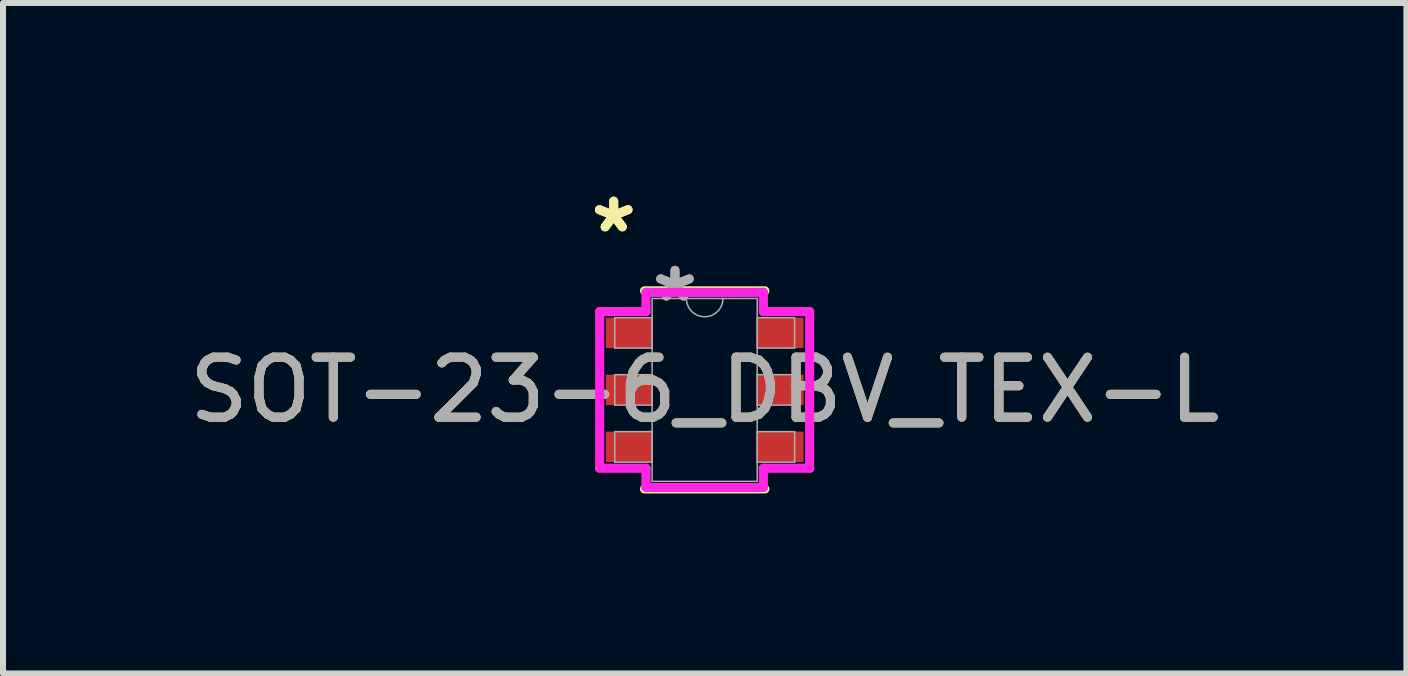
<source format=kicad_pcb>
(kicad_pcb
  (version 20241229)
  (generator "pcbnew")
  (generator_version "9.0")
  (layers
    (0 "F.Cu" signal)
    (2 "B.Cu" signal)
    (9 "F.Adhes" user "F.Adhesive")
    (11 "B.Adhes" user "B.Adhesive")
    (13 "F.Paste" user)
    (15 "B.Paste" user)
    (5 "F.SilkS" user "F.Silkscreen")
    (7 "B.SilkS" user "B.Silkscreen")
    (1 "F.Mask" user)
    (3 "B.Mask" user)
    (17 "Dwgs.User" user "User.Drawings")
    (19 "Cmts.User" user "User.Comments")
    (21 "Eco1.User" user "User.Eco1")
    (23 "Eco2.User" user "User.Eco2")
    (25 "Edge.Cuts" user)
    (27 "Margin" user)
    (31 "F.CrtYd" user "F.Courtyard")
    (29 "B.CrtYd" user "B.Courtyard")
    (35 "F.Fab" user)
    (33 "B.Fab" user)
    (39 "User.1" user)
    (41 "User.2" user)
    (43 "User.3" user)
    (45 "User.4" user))
  (footprint "SOT-23-6_DBV_TEX-L"
    (layer "F.Cu")
    (at 8.696 3.449)
    (property "Reference" "SOT-23-6_DBV_TEX-L" (at 0 0 0) (unlocked yes) (layer "F.SilkS") (effects (font (size 1 1) (thickness 0.15))))
    (attr smd)
    (fp_line (start -1.003 1.651) (end 1.003 1.651) (stroke (width 0.152) (type solid)) (layer "F.SilkS"))
    (fp_line (start 1.003 -1.651) (end -1.003 -1.651) (stroke (width 0.152) (type solid)) (layer "F.SilkS"))
    (fp_line (start -1.75 -1.306) (end -0.978 -1.306) (stroke (width 0.152) (type solid)) (layer "F.CrtYd"))
    (fp_line (start -1.75 1.306) (end -1.75 -1.306) (stroke (width 0.152) (type solid)) (layer "F.CrtYd"))
    (fp_line (start -1.75 1.306) (end -0.978 1.306) (stroke (width 0.152) (type solid)) (layer "F.CrtYd"))
    (fp_line (start -0.978 -1.626) (end 0.978 -1.626) (stroke (width 0.152) (type solid)) (layer "F.CrtYd"))
    (fp_line (start -0.978 -1.306) (end -0.978 -1.626) (stroke (width 0.152) (type solid)) (layer "F.CrtYd"))
    (fp_line (start -0.978 1.626) (end -0.978 1.306) (stroke (width 0.152) (type solid)) (layer "F.CrtYd"))
    (fp_line (start 0.978 -1.626) (end 0.978 -1.306) (stroke (width 0.152) (type solid)) (layer "F.CrtYd"))
    (fp_line (start 0.978 1.306) (end 0.978 1.626) (stroke (width 0.152) (type solid)) (layer "F.CrtYd"))
    (fp_line (start 0.978 1.626) (end -0.978 1.626) (stroke (width 0.152) (type solid)) (layer "F.CrtYd"))
    (fp_line (start 1.75 -1.306) (end 0.978 -1.306) (stroke (width 0.152) (type solid)) (layer "F.CrtYd"))
    (fp_line (start 1.75 -1.306) (end 1.75 1.306) (stroke (width 0.152) (type solid)) (layer "F.CrtYd"))
    (fp_line (start 1.75 1.306) (end 0.978 1.306) (stroke (width 0.152) (type solid)) (layer "F.CrtYd"))
    (fp_line (start -1.499 -1.204) (end -1.499 -0.696) (stroke (width 0.025) (type solid)) (layer "F.Fab"))
    (fp_line (start -1.499 -0.696) (end -0.876 -0.696) (stroke (width 0.025) (type solid)) (layer "F.Fab"))
    (fp_line (start -1.499 -0.254) (end -1.499 0.254) (stroke (width 0.025) (type solid)) (layer "F.Fab"))
    (fp_line (start -1.499 0.254) (end -0.876 0.254) (stroke (width 0.025) (type solid)) (layer "F.Fab"))
    (fp_line (start -1.499 0.696) (end -1.499 1.204) (stroke (width 0.025) (type solid)) (layer "F.Fab"))
    (fp_line (start -1.499 1.204) (end -0.876 1.204) (stroke (width 0.025) (type solid)) (layer "F.Fab"))
    (fp_line (start -0.876 -1.524) (end -0.876 1.524) (stroke (width 0.025) (type solid)) (layer "F.Fab"))
    (fp_line (start -0.876 -1.204) (end -1.499 -1.204) (stroke (width 0.025) (type solid)) (layer "F.Fab"))
    (fp_line (start -0.876 -0.696) (end -0.876 -1.204) (stroke (width 0.025) (type solid)) (layer "F.Fab"))
    (fp_line (start -0.876 -0.254) (end -1.499 -0.254) (stroke (width 0.025) (type solid)) (layer "F.Fab"))
    (fp_line (start -0.876 0.254) (end -0.876 -0.254) (stroke (width 0.025) (type solid)) (layer "F.Fab"))
    (fp_line (start -0.876 0.696) (end -1.499 0.696) (stroke (width 0.025) (type solid)) (layer "F.Fab"))
    (fp_line (start -0.876 1.204) (end -0.876 0.696) (stroke (width 0.025) (type solid)) (layer "F.Fab"))
    (fp_line (start -0.876 1.524) (end 0.876 1.524) (stroke (width 0.025) (type solid)) (layer "F.Fab"))
    (fp_line (start 0.876 -1.524) (end -0.876 -1.524) (stroke (width 0.025) (type solid)) (layer "F.Fab"))
    (fp_line (start 0.876 -1.204) (end 0.876 -0.696) (stroke (width 0.025) (type solid)) (layer "F.Fab"))
    (fp_line (start 0.876 -0.696) (end 1.499 -0.696) (stroke (width 0.025) (type solid)) (layer "F.Fab"))
    (fp_line (start 0.876 -0.254) (end 0.876 0.254) (stroke (width 0.025) (type solid)) (layer "F.Fab"))
    (fp_line (start 0.876 0.254) (end 1.499 0.254) (stroke (width 0.025) (type solid)) (layer "F.Fab"))
    (fp_line (start 0.876 0.696) (end 0.876 1.204) (stroke (width 0.025) (type solid)) (layer "F.Fab"))
    (fp_line (start 0.876 1.204) (end 1.499 1.204) (stroke (width 0.025) (type solid)) (layer "F.Fab"))
    (fp_line (start 0.876 1.524) (end 0.876 -1.524) (stroke (width 0.025) (type solid)) (layer "F.Fab"))
    (fp_line (start 1.499 -1.204) (end 0.876 -1.204) (stroke (width 0.025) (type solid)) (layer "F.Fab"))
    (fp_line (start 1.499 -0.696) (end 1.499 -1.204) (stroke (width 0.025) (type solid)) (layer "F.Fab"))
    (fp_line (start 1.499 -0.254) (end 0.876 -0.254) (stroke (width 0.025) (type solid)) (layer "F.Fab"))
    (fp_line (start 1.499 0.254) (end 1.499 -0.254) (stroke (width 0.025) (type solid)) (layer "F.Fab"))
    (fp_line (start 1.499 0.696) (end 0.876 0.696) (stroke (width 0.025) (type solid)) (layer "F.Fab"))
    (fp_line (start 1.499 1.204) (end 1.499 0.696) (stroke (width 0.025) (type solid)) (layer "F.Fab"))
    (fp_arc (start 0.3048 -1.524) (mid 0 -1.2192) (end -0.3048 -1.524) (stroke (width 0.0254) (type solid)) (layer "F.Fab"))
    (fp_text user "*" (at -1.516 -2.601 0) (layer "F.SilkS") (effects (font (size 1 1) (thickness 0.15))))
    (fp_text user "*" (at -1.516 -2.601 0) (unlocked yes) (layer "F.SilkS") (effects (font (size 1 1) (thickness 0.15))))
    (fp_text user "${REFERENCE}" (at 0 0 0) (unlocked yes) (layer "F.Fab") (effects (font (size 1 1) (thickness 0.15))))
    (fp_text user "*" (at -0.495 -1.448 0) (unlocked yes) (layer "F.Fab") (effects (font (size 1 1) (thickness 0.15))))
    (fp_text user "*" (at -0.495 -1.448 0) (layer "F.Fab") (effects (font (size 1 1) (thickness 0.15))))
    (pad "1" smd rect (at -1.262 -0.95) (size 0.772 0.508) (layers "F.Cu" "F.Mask" "F.Paste"))
    (pad "2" smd rect (at -1.262 0) (size 0.772 0.508) (layers "F.Cu" "F.Mask" "F.Paste"))
    (pad "3" smd rect (at -1.262 0.95) (size 0.772 0.508) (layers "F.Cu" "F.Mask" "F.Paste"))
    (pad "4" smd rect (at 1.262 0.95) (size 0.772 0.508) (layers "F.Cu" "F.Mask" "F.Paste"))
    (pad "5" smd rect (at 1.262 0) (size 0.772 0.508) (layers "F.Cu" "F.Mask" "F.Paste"))
    (pad "6" smd rect (at 1.262 -0.95) (size 0.772 0.508) (layers "F.Cu" "F.Mask" "F.Paste")))
  (gr_rect
    (start -3 -3)
    (end 20.393 8.176)
    (stroke (width 0.1) (type default))
    (fill no)
    (layer "Edge.Cuts")))
</source>
